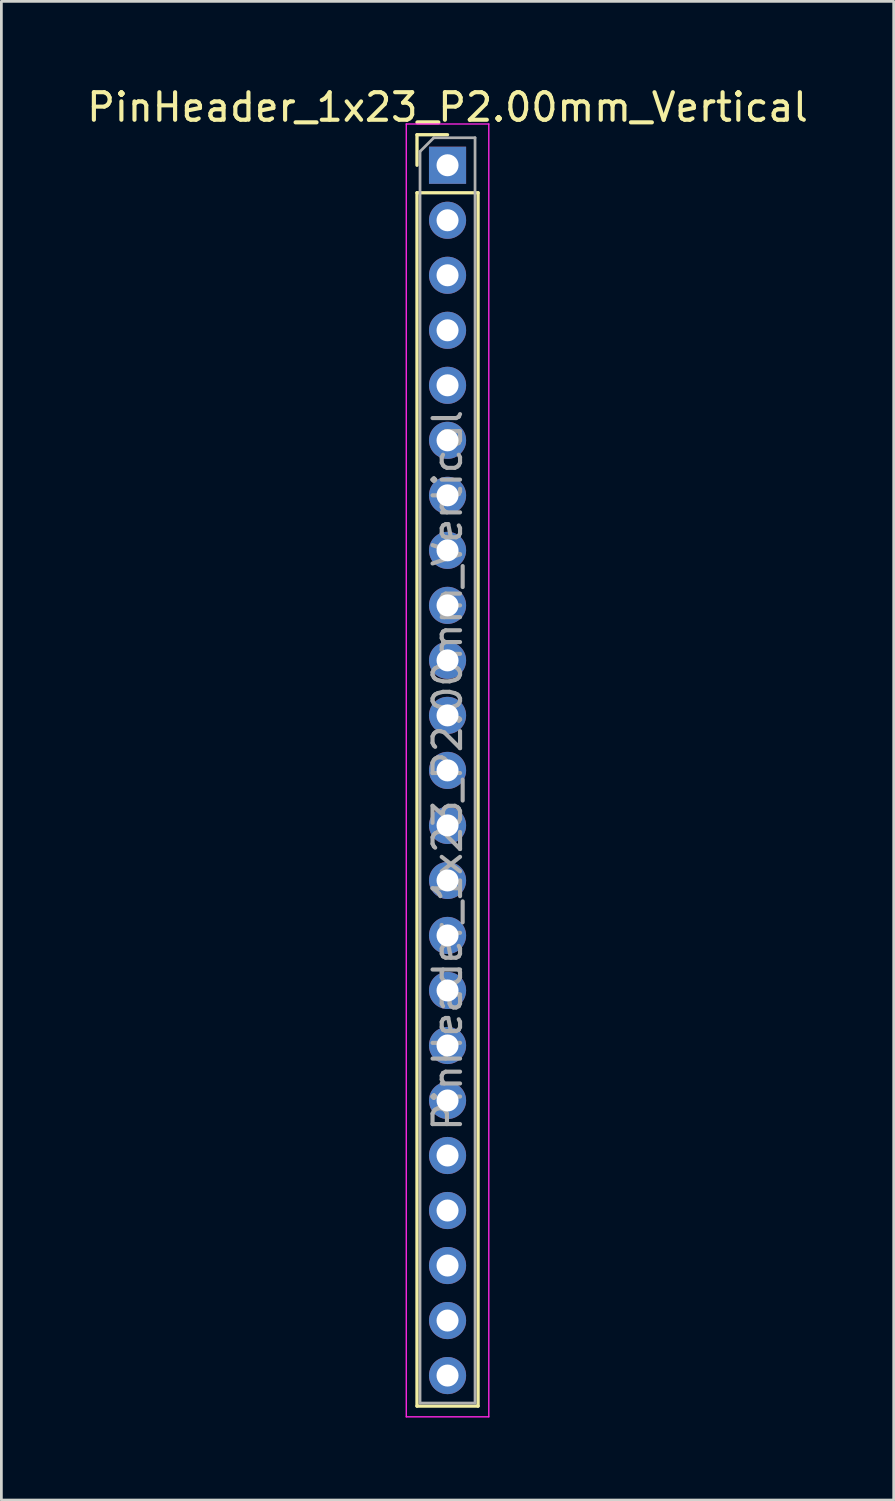
<source format=kicad_pcb>
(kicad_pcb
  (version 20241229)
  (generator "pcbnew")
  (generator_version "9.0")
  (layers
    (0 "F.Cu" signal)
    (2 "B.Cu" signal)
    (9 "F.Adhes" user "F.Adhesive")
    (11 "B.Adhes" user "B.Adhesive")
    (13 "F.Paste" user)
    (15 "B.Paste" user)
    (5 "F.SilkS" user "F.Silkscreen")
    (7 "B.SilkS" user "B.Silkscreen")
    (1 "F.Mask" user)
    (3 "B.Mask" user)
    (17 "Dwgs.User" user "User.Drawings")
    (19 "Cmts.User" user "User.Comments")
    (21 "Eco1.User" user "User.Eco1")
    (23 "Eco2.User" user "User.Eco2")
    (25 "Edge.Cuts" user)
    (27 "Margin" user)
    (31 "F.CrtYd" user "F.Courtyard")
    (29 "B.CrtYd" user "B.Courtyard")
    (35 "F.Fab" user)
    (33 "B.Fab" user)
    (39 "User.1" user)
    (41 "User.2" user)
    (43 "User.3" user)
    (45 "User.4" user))
  (footprint "PinHeader_1x23_P2.00mm_Vertical"
    (layer "F.Cu")
    (at 13.22 2.958)
    (property "Reference" "PinHeader_1x23_P2.00mm_Vertical" (at 0 -2.11 0) (layer "F.SilkS") (effects (font (size 1 1) (thickness 0.15))))
    (attr through_hole)
    (fp_line (start -1.11 -1.11) (end 0 -1.11) (stroke (width 0.12) (type solid)) (layer "F.SilkS"))
    (fp_line (start -1.11 0) (end -1.11 -1.11) (stroke (width 0.12) (type solid)) (layer "F.SilkS"))
    (fp_line (start -1.11 1) (end -1.11 45.11) (stroke (width 0.12) (type solid)) (layer "F.SilkS"))
    (fp_line (start -1.11 1) (end 1.11 1) (stroke (width 0.12) (type solid)) (layer "F.SilkS"))
    (fp_line (start -1.11 45.11) (end 1.11 45.11) (stroke (width 0.12) (type solid)) (layer "F.SilkS"))
    (fp_line (start 1.11 1) (end 1.11 45.11) (stroke (width 0.12) (type solid)) (layer "F.SilkS"))
    (fp_line (start -1.5 -1.5) (end -1.5 45.5) (stroke (width 0.05) (type solid)) (layer "F.CrtYd"))
    (fp_line (start -1.5 45.5) (end 1.5 45.5) (stroke (width 0.05) (type solid)) (layer "F.CrtYd"))
    (fp_line (start 1.5 -1.5) (end -1.5 -1.5) (stroke (width 0.05) (type solid)) (layer "F.CrtYd"))
    (fp_line (start 1.5 45.5) (end 1.5 -1.5) (stroke (width 0.05) (type solid)) (layer "F.CrtYd"))
    (fp_line (start -1 -0.5) (end -0.5 -1) (stroke (width 0.1) (type solid)) (layer "F.Fab"))
    (fp_line (start -1 45) (end -1 -0.5) (stroke (width 0.1) (type solid)) (layer "F.Fab"))
    (fp_line (start -0.5 -1) (end 1 -1) (stroke (width 0.1) (type solid)) (layer "F.Fab"))
    (fp_line (start 1 -1) (end 1 45) (stroke (width 0.1) (type solid)) (layer "F.Fab"))
    (fp_line (start 1 45) (end -1 45) (stroke (width 0.1) (type solid)) (layer "F.Fab"))
    (fp_text user "${REFERENCE}" (at 0 22 90) (layer "F.Fab") (effects (font (size 1 1) (thickness 0.15))))
    (pad "1" thru_hole rect (at 0 0) (size 1.35 1.35) (drill 0.8) (layers "*.Cu" "*.Mask"))
    (pad "2" thru_hole circle (at 0 2) (size 1.35 1.35) (drill 0.8) (layers "*.Cu" "*.Mask"))
    (pad "3" thru_hole circle (at 0 4) (size 1.35 1.35) (drill 0.8) (layers "*.Cu" "*.Mask"))
    (pad "4" thru_hole circle (at 0 6) (size 1.35 1.35) (drill 0.8) (layers "*.Cu" "*.Mask"))
    (pad "5" thru_hole circle (at 0 8) (size 1.35 1.35) (drill 0.8) (layers "*.Cu" "*.Mask"))
    (pad "6" thru_hole circle (at 0 10) (size 1.35 1.35) (drill 0.8) (layers "*.Cu" "*.Mask"))
    (pad "7" thru_hole circle (at 0 12) (size 1.35 1.35) (drill 0.8) (layers "*.Cu" "*.Mask"))
    (pad "8" thru_hole circle (at 0 14) (size 1.35 1.35) (drill 0.8) (layers "*.Cu" "*.Mask"))
    (pad "9" thru_hole circle (at 0 16) (size 1.35 1.35) (drill 0.8) (layers "*.Cu" "*.Mask"))
    (pad "10" thru_hole circle (at 0 18) (size 1.35 1.35) (drill 0.8) (layers "*.Cu" "*.Mask"))
    (pad "11" thru_hole circle (at 0 20) (size 1.35 1.35) (drill 0.8) (layers "*.Cu" "*.Mask"))
    (pad "12" thru_hole circle (at 0 22) (size 1.35 1.35) (drill 0.8) (layers "*.Cu" "*.Mask"))
    (pad "13" thru_hole circle (at 0 24) (size 1.35 1.35) (drill 0.8) (layers "*.Cu" "*.Mask"))
    (pad "14" thru_hole circle (at 0 26) (size 1.35 1.35) (drill 0.8) (layers "*.Cu" "*.Mask"))
    (pad "15" thru_hole circle (at 0 28) (size 1.35 1.35) (drill 0.8) (layers "*.Cu" "*.Mask"))
    (pad "16" thru_hole circle (at 0 30) (size 1.35 1.35) (drill 0.8) (layers "*.Cu" "*.Mask"))
    (pad "17" thru_hole circle (at 0 32) (size 1.35 1.35) (drill 0.8) (layers "*.Cu" "*.Mask"))
    (pad "18" thru_hole circle (at 0 34) (size 1.35 1.35) (drill 0.8) (layers "*.Cu" "*.Mask"))
    (pad "19" thru_hole circle (at 0 36) (size 1.35 1.35) (drill 0.8) (layers "*.Cu" "*.Mask"))
    (pad "20" thru_hole circle (at 0 38) (size 1.35 1.35) (drill 0.8) (layers "*.Cu" "*.Mask"))
    (pad "21" thru_hole circle (at 0 40) (size 1.35 1.35) (drill 0.8) (layers "*.Cu" "*.Mask"))
    (pad "22" thru_hole circle (at 0 42) (size 1.35 1.35) (drill 0.8) (layers "*.Cu" "*.Mask"))
    (pad "23" thru_hole circle (at 0 44) (size 1.35 1.35) (drill 0.8) (layers "*.Cu" "*.Mask")))
  (gr_rect
    (start -3 -3)
    (end 29.44 51.483)
    (stroke (width 0.1) (type default))
    (fill no)
    (layer "Edge.Cuts")))
</source>
